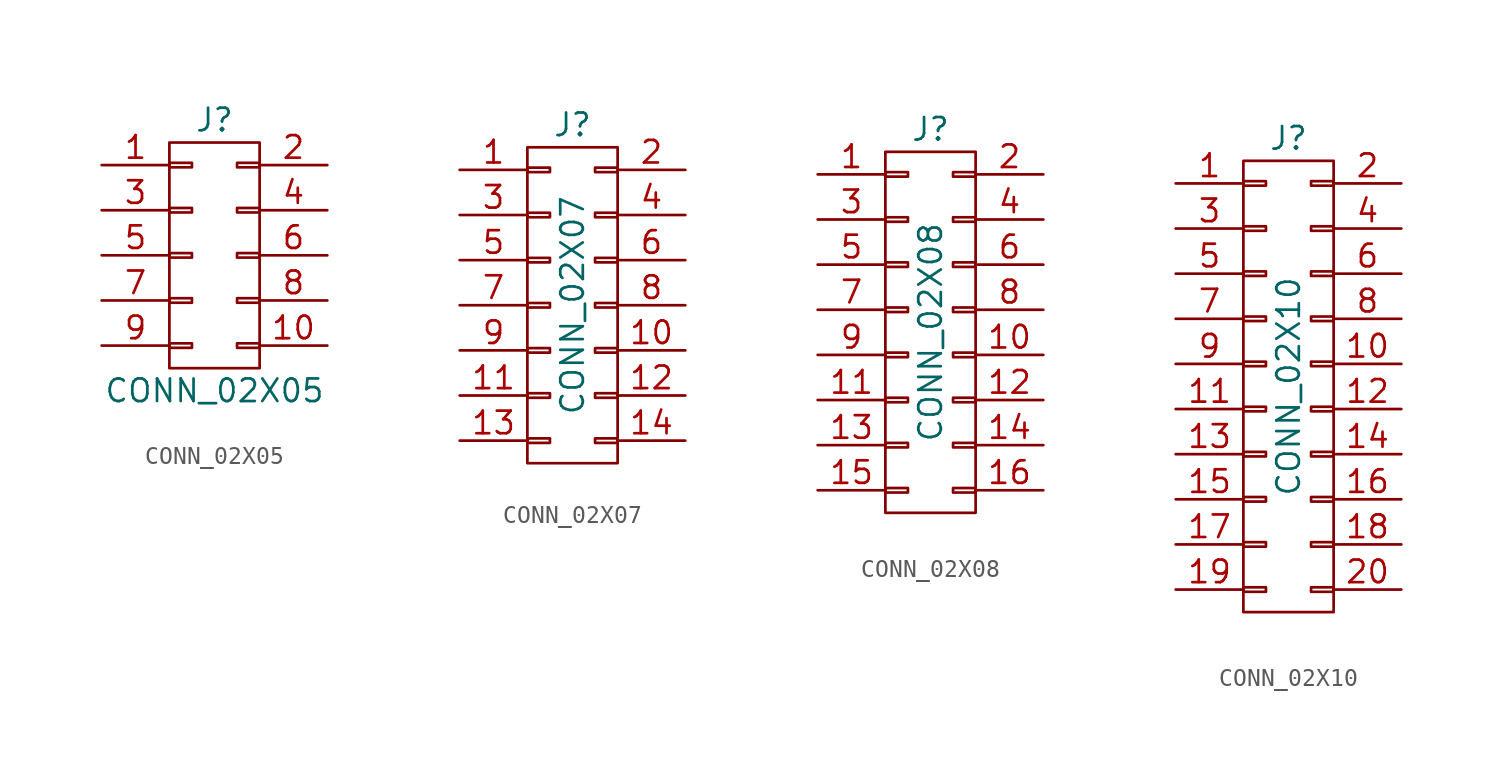
<source format=kicad_sym>
(kicad_symbol_lib
  (version 20211014)
  (generator kicad_symbol_editor)
  (symbol "CONN_02X05"
    (pin_names
      (offset 0.025) hide)
    (property "Reference" "J"
      (at 0 7.62 0)
      (effects (font (size 1.27 1.27))))
    (property "Value" "CONN_02X05"
      (at 0 -7.62 0)
      (effects (font (size 1.27 1.27))))
    (symbol "CONN_02X05_0_1"
      (rectangle (start -2.54 -4.953) (end -1.27 -5.207) (stroke (width 0) (type default) (color 0 0 0 0)) (fill (type none)))
      (rectangle (start -2.54 -2.413) (end -1.27 -2.667) (stroke (width 0) (type default) (color 0 0 0 0)) (fill (type none)))
      (rectangle (start -2.54 0.127) (end -1.27 -0.127) (stroke (width 0) (type default) (color 0 0 0 0)) (fill (type none)))
      (rectangle (start -2.54 2.667) (end -1.27 2.413) (stroke (width 0) (type default) (color 0 0 0 0)) (fill (type none)))
      (rectangle (start -2.54 5.207) (end -1.27 4.953) (stroke (width 0) (type default) (color 0 0 0 0)) (fill (type none)))
      (rectangle (start -2.54 6.35) (end 2.54 -6.35) (stroke (width 0) (type default) (color 0 0 0 0)) (fill (type none)))
      (rectangle (start 1.27 -4.953) (end 2.54 -5.207) (stroke (width 0) (type default) (color 0 0 0 0)) (fill (type none)))
      (rectangle (start 1.27 -2.413) (end 2.54 -2.667) (stroke (width 0) (type default) (color 0 0 0 0)) (fill (type none)))
      (rectangle (start 1.27 0.127) (end 2.54 -0.127) (stroke (width 0) (type default) (color 0 0 0 0)) (fill (type none)))
      (rectangle (start 1.27 2.667) (end 2.54 2.413) (stroke (width 0) (type default) (color 0 0 0 0)) (fill (type none)))
      (rectangle (start 1.27 5.207) (end 2.54 4.953) (stroke (width 0) (type default) (color 0 0 0 0)) (fill (type none))))
    (symbol "CONN_02X05_1_1"
      (pin passive line (at -6.35 5.08 0) (length 3.81) (name "P1" (effects (font (size 1.27 1.27)))) (number "1" (effects (font (size 1.27 1.27)))))
      (pin passive line (at 6.35 -5.08 180) (length 3.81) (name "P10" (effects (font (size 1.27 1.27)))) (number "10" (effects (font (size 1.27 1.27)))))
      (pin passive line (at 6.35 5.08 180) (length 3.81) (name "P2" (effects (font (size 1.27 1.27)))) (number "2" (effects (font (size 1.27 1.27)))))
      (pin passive line (at -6.35 2.54 0) (length 3.81) (name "P3" (effects (font (size 1.27 1.27)))) (number "3" (effects (font (size 1.27 1.27)))))
      (pin passive line (at 6.35 2.54 180) (length 3.81) (name "P4" (effects (font (size 1.27 1.27)))) (number "4" (effects (font (size 1.27 1.27)))))
      (pin passive line (at -6.35 0 0) (length 3.81) (name "P5" (effects (font (size 1.27 1.27)))) (number "5" (effects (font (size 1.27 1.27)))))
      (pin passive line (at 6.35 0 180) (length 3.81) (name "P6" (effects (font (size 1.27 1.27)))) (number "6" (effects (font (size 1.27 1.27)))))
      (pin passive line (at -6.35 -2.54 0) (length 3.81) (name "P7" (effects (font (size 1.27 1.27)))) (number "7" (effects (font (size 1.27 1.27)))))
      (pin passive line (at 6.35 -2.54 180) (length 3.81) (name "P8" (effects (font (size 1.27 1.27)))) (number "8" (effects (font (size 1.27 1.27)))))
      (pin passive line (at -6.35 -5.08 0) (length 3.81) (name "P9" (effects (font (size 1.27 1.27)))) (number "9" (effects (font (size 1.27 1.27)))))))
  (symbol "CONN_02X07"
    (pin_names
      (offset 0.025) hide)
    (property "Reference" "J"
      (at 0 10.16 0)
      (effects (font (size 1.27 1.27))))
    (property "Value" "CONN_02X07"
      (at 0 0 90)
      (effects (font (size 1.27 1.27))))
    (symbol "CONN_02X07_0_1"
      (rectangle (start -2.54 -7.493) (end -1.27 -7.747) (stroke (width 0) (type default) (color 0 0 0 0)) (fill (type none)))
      (rectangle (start -2.54 -4.953) (end -1.27 -5.207) (stroke (width 0) (type default) (color 0 0 0 0)) (fill (type none)))
      (rectangle (start -2.54 -2.413) (end -1.27 -2.667) (stroke (width 0) (type default) (color 0 0 0 0)) (fill (type none)))
      (rectangle (start -2.54 0.127) (end -1.27 -0.127) (stroke (width 0) (type default) (color 0 0 0 0)) (fill (type none)))
      (rectangle (start -2.54 2.667) (end -1.27 2.413) (stroke (width 0) (type default) (color 0 0 0 0)) (fill (type none)))
      (rectangle (start -2.54 5.207) (end -1.27 4.953) (stroke (width 0) (type default) (color 0 0 0 0)) (fill (type none)))
      (rectangle (start -2.54 7.747) (end -1.27 7.493) (stroke (width 0) (type default) (color 0 0 0 0)) (fill (type none)))
      (rectangle (start -2.54 8.89) (end 2.54 -8.89) (stroke (width 0) (type default) (color 0 0 0 0)) (fill (type none)))
      (rectangle (start 1.27 -7.493) (end 2.54 -7.747) (stroke (width 0) (type default) (color 0 0 0 0)) (fill (type none)))
      (rectangle (start 1.27 -4.953) (end 2.54 -5.207) (stroke (width 0) (type default) (color 0 0 0 0)) (fill (type none)))
      (rectangle (start 1.27 -2.413) (end 2.54 -2.667) (stroke (width 0) (type default) (color 0 0 0 0)) (fill (type none)))
      (rectangle (start 1.27 0.127) (end 2.54 -0.127) (stroke (width 0) (type default) (color 0 0 0 0)) (fill (type none)))
      (rectangle (start 1.27 2.667) (end 2.54 2.413) (stroke (width 0) (type default) (color 0 0 0 0)) (fill (type none)))
      (rectangle (start 1.27 5.207) (end 2.54 4.953) (stroke (width 0) (type default) (color 0 0 0 0)) (fill (type none)))
      (rectangle (start 1.27 7.747) (end 2.54 7.493) (stroke (width 0) (type default) (color 0 0 0 0)) (fill (type none))))
    (symbol "CONN_02X07_1_1"
      (pin passive line (at -6.35 7.62 0) (length 3.81) (name "P1" (effects (font (size 1.27 1.27)))) (number "1" (effects (font (size 1.27 1.27)))))
      (pin passive line (at 6.35 -2.54 180) (length 3.81) (name "P10" (effects (font (size 1.27 1.27)))) (number "10" (effects (font (size 1.27 1.27)))))
      (pin passive line (at -6.35 -5.08 0) (length 3.81) (name "P11" (effects (font (size 1.27 1.27)))) (number "11" (effects (font (size 1.27 1.27)))))
      (pin passive line (at 6.35 -5.08 180) (length 3.81) (name "P12" (effects (font (size 1.27 1.27)))) (number "12" (effects (font (size 1.27 1.27)))))
      (pin passive line (at -6.35 -7.62 0) (length 3.81) (name "P13" (effects (font (size 1.27 1.27)))) (number "13" (effects (font (size 1.27 1.27)))))
      (pin passive line (at 6.35 -7.62 180) (length 3.81) (name "P14" (effects (font (size 1.27 1.27)))) (number "14" (effects (font (size 1.27 1.27)))))
      (pin passive line (at 6.35 7.62 180) (length 3.81) (name "P2" (effects (font (size 1.27 1.27)))) (number "2" (effects (font (size 1.27 1.27)))))
      (pin passive line (at -6.35 5.08 0) (length 3.81) (name "P3" (effects (font (size 1.27 1.27)))) (number "3" (effects (font (size 1.27 1.27)))))
      (pin passive line (at 6.35 5.08 180) (length 3.81) (name "P4" (effects (font (size 1.27 1.27)))) (number "4" (effects (font (size 1.27 1.27)))))
      (pin passive line (at -6.35 2.54 0) (length 3.81) (name "P5" (effects (font (size 1.27 1.27)))) (number "5" (effects (font (size 1.27 1.27)))))
      (pin passive line (at 6.35 2.54 180) (length 3.81) (name "P6" (effects (font (size 1.27 1.27)))) (number "6" (effects (font (size 1.27 1.27)))))
      (pin passive line (at -6.35 0 0) (length 3.81) (name "P7" (effects (font (size 1.27 1.27)))) (number "7" (effects (font (size 1.27 1.27)))))
      (pin passive line (at 6.35 0 180) (length 3.81) (name "P8" (effects (font (size 1.27 1.27)))) (number "8" (effects (font (size 1.27 1.27)))))
      (pin passive line (at -6.35 -2.54 0) (length 3.81) (name "P9" (effects (font (size 1.27 1.27)))) (number "9" (effects (font (size 1.27 1.27)))))))
  (symbol "CONN_02X08"
    (pin_names
      (offset 0.025) hide)
    (property "Reference" "J"
      (at 0 11.43 0)
      (effects (font (size 1.27 1.27))))
    (property "Value" "CONN_02X08"
      (at 0 0 90)
      (effects (font (size 1.27 1.27))))
    (symbol "CONN_02X08_0_1"
      (rectangle (start -2.54 -8.763) (end -1.27 -9.017) (stroke (width 0) (type default) (color 0 0 0 0)) (fill (type none)))
      (rectangle (start -2.54 -6.223) (end -1.27 -6.477) (stroke (width 0) (type default) (color 0 0 0 0)) (fill (type none)))
      (rectangle (start -2.54 -3.683) (end -1.27 -3.937) (stroke (width 0) (type default) (color 0 0 0 0)) (fill (type none)))
      (rectangle (start -2.54 -1.143) (end -1.27 -1.397) (stroke (width 0) (type default) (color 0 0 0 0)) (fill (type none)))
      (rectangle (start -2.54 1.397) (end -1.27 1.143) (stroke (width 0) (type default) (color 0 0 0 0)) (fill (type none)))
      (rectangle (start -2.54 3.937) (end -1.27 3.683) (stroke (width 0) (type default) (color 0 0 0 0)) (fill (type none)))
      (rectangle (start -2.54 6.477) (end -1.27 6.223) (stroke (width 0) (type default) (color 0 0 0 0)) (fill (type none)))
      (rectangle (start -2.54 9.017) (end -1.27 8.763) (stroke (width 0) (type default) (color 0 0 0 0)) (fill (type none)))
      (rectangle (start -2.54 10.16) (end 2.54 -10.16) (stroke (width 0) (type default) (color 0 0 0 0)) (fill (type none)))
      (rectangle (start 1.27 -8.763) (end 2.54 -9.017) (stroke (width 0) (type default) (color 0 0 0 0)) (fill (type none)))
      (rectangle (start 1.27 -6.223) (end 2.54 -6.477) (stroke (width 0) (type default) (color 0 0 0 0)) (fill (type none)))
      (rectangle (start 1.27 -3.683) (end 2.54 -3.937) (stroke (width 0) (type default) (color 0 0 0 0)) (fill (type none)))
      (rectangle (start 1.27 -1.143) (end 2.54 -1.397) (stroke (width 0) (type default) (color 0 0 0 0)) (fill (type none)))
      (rectangle (start 1.27 1.397) (end 2.54 1.143) (stroke (width 0) (type default) (color 0 0 0 0)) (fill (type none)))
      (rectangle (start 1.27 3.937) (end 2.54 3.683) (stroke (width 0) (type default) (color 0 0 0 0)) (fill (type none)))
      (rectangle (start 1.27 6.477) (end 2.54 6.223) (stroke (width 0) (type default) (color 0 0 0 0)) (fill (type none)))
      (rectangle (start 1.27 9.017) (end 2.54 8.763) (stroke (width 0) (type default) (color 0 0 0 0)) (fill (type none))))
    (symbol "CONN_02X08_1_1"
      (pin passive line (at -6.35 8.89 0) (length 3.81) (name "P1" (effects (font (size 1.27 1.27)))) (number "1" (effects (font (size 1.27 1.27)))))
      (pin passive line (at 6.35 -1.27 180) (length 3.81) (name "P10" (effects (font (size 1.27 1.27)))) (number "10" (effects (font (size 1.27 1.27)))))
      (pin passive line (at -6.35 -3.81 0) (length 3.81) (name "P11" (effects (font (size 1.27 1.27)))) (number "11" (effects (font (size 1.27 1.27)))))
      (pin passive line (at 6.35 -3.81 180) (length 3.81) (name "P12" (effects (font (size 1.27 1.27)))) (number "12" (effects (font (size 1.27 1.27)))))
      (pin passive line (at -6.35 -6.35 0) (length 3.81) (name "P13" (effects (font (size 1.27 1.27)))) (number "13" (effects (font (size 1.27 1.27)))))
      (pin passive line (at 6.35 -6.35 180) (length 3.81) (name "P14" (effects (font (size 1.27 1.27)))) (number "14" (effects (font (size 1.27 1.27)))))
      (pin passive line (at -6.35 -8.89 0) (length 3.81) (name "P15" (effects (font (size 1.27 1.27)))) (number "15" (effects (font (size 1.27 1.27)))))
      (pin passive line (at 6.35 -8.89 180) (length 3.81) (name "P16" (effects (font (size 1.27 1.27)))) (number "16" (effects (font (size 1.27 1.27)))))
      (pin passive line (at 6.35 8.89 180) (length 3.81) (name "P2" (effects (font (size 1.27 1.27)))) (number "2" (effects (font (size 1.27 1.27)))))
      (pin passive line (at -6.35 6.35 0) (length 3.81) (name "P3" (effects (font (size 1.27 1.27)))) (number "3" (effects (font (size 1.27 1.27)))))
      (pin passive line (at 6.35 6.35 180) (length 3.81) (name "P4" (effects (font (size 1.27 1.27)))) (number "4" (effects (font (size 1.27 1.27)))))
      (pin passive line (at -6.35 3.81 0) (length 3.81) (name "P5" (effects (font (size 1.27 1.27)))) (number "5" (effects (font (size 1.27 1.27)))))
      (pin passive line (at 6.35 3.81 180) (length 3.81) (name "P6" (effects (font (size 1.27 1.27)))) (number "6" (effects (font (size 1.27 1.27)))))
      (pin passive line (at -6.35 1.27 0) (length 3.81) (name "P7" (effects (font (size 1.27 1.27)))) (number "7" (effects (font (size 1.27 1.27)))))
      (pin passive line (at 6.35 1.27 180) (length 3.81) (name "P8" (effects (font (size 1.27 1.27)))) (number "8" (effects (font (size 1.27 1.27)))))
      (pin passive line (at -6.35 -1.27 0) (length 3.81) (name "P9" (effects (font (size 1.27 1.27)))) (number "9" (effects (font (size 1.27 1.27)))))))
  (symbol "CONN_02X10"
    (pin_names
      (offset 0.025) hide)
    (property "Reference" "J"
      (at 0 13.97 0)
      (effects (font (size 1.27 1.27))))
    (property "Value" "CONN_02X10"
      (at 0 0 90)
      (effects (font (size 1.27 1.27))))
    (symbol "CONN_02X10_0_1"
      (rectangle (start -2.54 -11.303) (end -1.27 -11.557) (stroke (width 0) (type default) (color 0 0 0 0)) (fill (type none)))
      (rectangle (start -2.54 -8.763) (end -1.27 -9.017) (stroke (width 0) (type default) (color 0 0 0 0)) (fill (type none)))
      (rectangle (start -2.54 -6.223) (end -1.27 -6.477) (stroke (width 0) (type default) (color 0 0 0 0)) (fill (type none)))
      (rectangle (start -2.54 -3.683) (end -1.27 -3.937) (stroke (width 0) (type default) (color 0 0 0 0)) (fill (type none)))
      (rectangle (start -2.54 -1.143) (end -1.27 -1.397) (stroke (width 0) (type default) (color 0 0 0 0)) (fill (type none)))
      (rectangle (start -2.54 1.397) (end -1.27 1.143) (stroke (width 0) (type default) (color 0 0 0 0)) (fill (type none)))
      (rectangle (start -2.54 3.937) (end -1.27 3.683) (stroke (width 0) (type default) (color 0 0 0 0)) (fill (type none)))
      (rectangle (start -2.54 6.477) (end -1.27 6.223) (stroke (width 0) (type default) (color 0 0 0 0)) (fill (type none)))
      (rectangle (start -2.54 9.017) (end -1.27 8.763) (stroke (width 0) (type default) (color 0 0 0 0)) (fill (type none)))
      (rectangle (start -2.54 11.557) (end -1.27 11.303) (stroke (width 0) (type default) (color 0 0 0 0)) (fill (type none)))
      (rectangle (start -2.54 12.7) (end 2.54 -12.7) (stroke (width 0) (type default) (color 0 0 0 0)) (fill (type none)))
      (rectangle (start 1.27 -11.303) (end 2.54 -11.557) (stroke (width 0) (type default) (color 0 0 0 0)) (fill (type none)))
      (rectangle (start 1.27 -8.763) (end 2.54 -9.017) (stroke (width 0) (type default) (color 0 0 0 0)) (fill (type none)))
      (rectangle (start 1.27 -6.223) (end 2.54 -6.477) (stroke (width 0) (type default) (color 0 0 0 0)) (fill (type none)))
      (rectangle (start 1.27 -3.683) (end 2.54 -3.937) (stroke (width 0) (type default) (color 0 0 0 0)) (fill (type none)))
      (rectangle (start 1.27 -1.143) (end 2.54 -1.397) (stroke (width 0) (type default) (color 0 0 0 0)) (fill (type none)))
      (rectangle (start 1.27 1.397) (end 2.54 1.143) (stroke (width 0) (type default) (color 0 0 0 0)) (fill (type none)))
      (rectangle (start 1.27 3.937) (end 2.54 3.683) (stroke (width 0) (type default) (color 0 0 0 0)) (fill (type none)))
      (rectangle (start 1.27 6.477) (end 2.54 6.223) (stroke (width 0) (type default) (color 0 0 0 0)) (fill (type none)))
      (rectangle (start 1.27 9.017) (end 2.54 8.763) (stroke (width 0) (type default) (color 0 0 0 0)) (fill (type none)))
      (rectangle (start 1.27 11.557) (end 2.54 11.303) (stroke (width 0) (type default) (color 0 0 0 0)) (fill (type none))))
    (symbol "CONN_02X10_1_1"
      (pin passive line (at -6.35 11.43 0) (length 3.81) (name "P1" (effects (font (size 1.27 1.27)))) (number "1" (effects (font (size 1.27 1.27)))))
      (pin passive line (at 6.35 1.27 180) (length 3.81) (name "P10" (effects (font (size 1.27 1.27)))) (number "10" (effects (font (size 1.27 1.27)))))
      (pin passive line (at -6.35 -1.27 0) (length 3.81) (name "P11" (effects (font (size 1.27 1.27)))) (number "11" (effects (font (size 1.27 1.27)))))
      (pin passive line (at 6.35 -1.27 180) (length 3.81) (name "P12" (effects (font (size 1.27 1.27)))) (number "12" (effects (font (size 1.27 1.27)))))
      (pin passive line (at -6.35 -3.81 0) (length 3.81) (name "P13" (effects (font (size 1.27 1.27)))) (number "13" (effects (font (size 1.27 1.27)))))
      (pin passive line (at 6.35 -3.81 180) (length 3.81) (name "P14" (effects (font (size 1.27 1.27)))) (number "14" (effects (font (size 1.27 1.27)))))
      (pin passive line (at -6.35 -6.35 0) (length 3.81) (name "P15" (effects (font (size 1.27 1.27)))) (number "15" (effects (font (size 1.27 1.27)))))
      (pin passive line (at 6.35 -6.35 180) (length 3.81) (name "P16" (effects (font (size 1.27 1.27)))) (number "16" (effects (font (size 1.27 1.27)))))
      (pin passive line (at -6.35 -8.89 0) (length 3.81) (name "P17" (effects (font (size 1.27 1.27)))) (number "17" (effects (font (size 1.27 1.27)))))
      (pin passive line (at 6.35 -8.89 180) (length 3.81) (name "P18" (effects (font (size 1.27 1.27)))) (number "18" (effects (font (size 1.27 1.27)))))
      (pin passive line (at -6.35 -11.43 0) (length 3.81) (name "P19" (effects (font (size 1.27 1.27)))) (number "19" (effects (font (size 1.27 1.27)))))
      (pin passive line (at 6.35 11.43 180) (length 3.81) (name "P2" (effects (font (size 1.27 1.27)))) (number "2" (effects (font (size 1.27 1.27)))))
      (pin passive line (at 6.35 -11.43 180) (length 3.81) (name "P20" (effects (font (size 1.27 1.27)))) (number "20" (effects (font (size 1.27 1.27)))))
      (pin passive line (at -6.35 8.89 0) (length 3.81) (name "P3" (effects (font (size 1.27 1.27)))) (number "3" (effects (font (size 1.27 1.27)))))
      (pin passive line (at 6.35 8.89 180) (length 3.81) (name "P4" (effects (font (size 1.27 1.27)))) (number "4" (effects (font (size 1.27 1.27)))))
      (pin passive line (at -6.35 6.35 0) (length 3.81) (name "P5" (effects (font (size 1.27 1.27)))) (number "5" (effects (font (size 1.27 1.27)))))
      (pin passive line (at 6.35 6.35 180) (length 3.81) (name "P6" (effects (font (size 1.27 1.27)))) (number "6" (effects (font (size 1.27 1.27)))))
      (pin passive line (at -6.35 3.81 0) (length 3.81) (name "P7" (effects (font (size 1.27 1.27)))) (number "7" (effects (font (size 1.27 1.27)))))
      (pin passive line (at 6.35 3.81 180) (length 3.81) (name "P8" (effects (font (size 1.27 1.27)))) (number "8" (effects (font (size 1.27 1.27)))))
      (pin passive line (at -6.35 1.27 0) (length 3.81) (name "P9" (effects (font (size 1.27 1.27)))) (number "9" (effects (font (size 1.27 1.27))))))))
</source>
